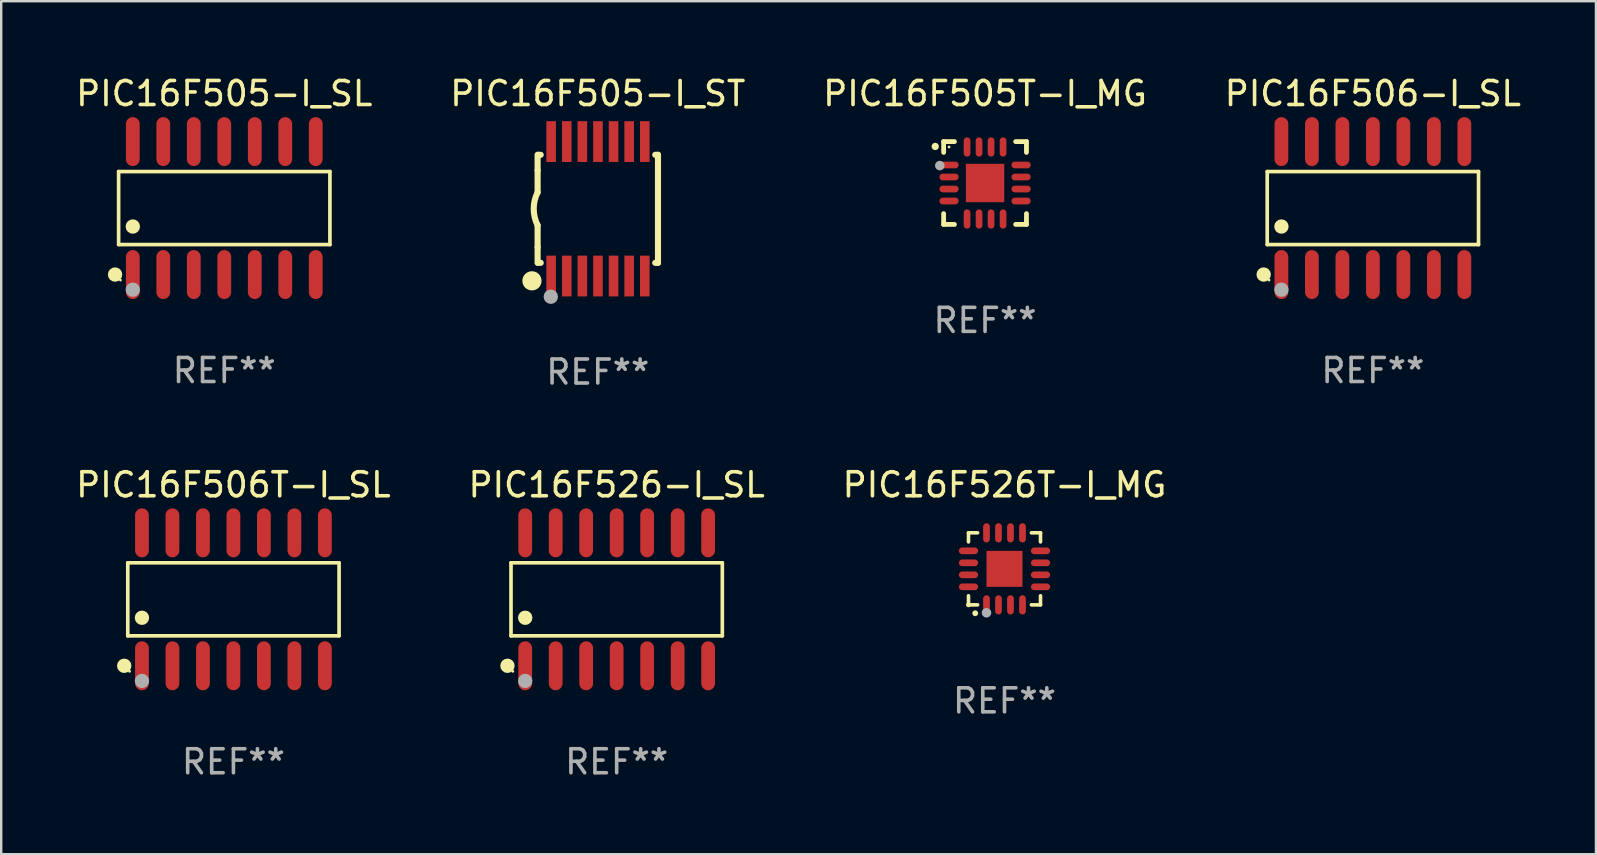
<source format=kicad_pcb>
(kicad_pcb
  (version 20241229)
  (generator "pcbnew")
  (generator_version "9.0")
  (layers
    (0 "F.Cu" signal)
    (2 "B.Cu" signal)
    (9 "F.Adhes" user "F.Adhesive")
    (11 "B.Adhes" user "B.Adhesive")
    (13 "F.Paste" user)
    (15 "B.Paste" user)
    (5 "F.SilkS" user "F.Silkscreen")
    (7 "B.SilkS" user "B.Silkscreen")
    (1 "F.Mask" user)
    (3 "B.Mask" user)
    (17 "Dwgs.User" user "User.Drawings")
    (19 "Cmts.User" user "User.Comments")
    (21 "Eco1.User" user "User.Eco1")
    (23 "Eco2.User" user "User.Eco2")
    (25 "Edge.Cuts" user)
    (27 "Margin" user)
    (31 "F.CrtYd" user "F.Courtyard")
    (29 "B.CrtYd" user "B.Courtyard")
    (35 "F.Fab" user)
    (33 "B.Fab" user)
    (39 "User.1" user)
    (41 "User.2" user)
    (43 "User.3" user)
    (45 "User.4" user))
  (footprint "PIC16F505-I_SL"
    (layer "F.Cu")
    (at 6.292 5.617)
    (property "Reference" "PIC16F505-I_SL" (at 0 -4.769 0) (layer "F.SilkS") (effects (font (size 1 1) (thickness 0.15))))
    (attr through_hole)
    (fp_line (start -4.401 -1.521) (end 4.401 -1.521) (stroke (width 0.152) (type solid)) (layer "F.SilkS"))
    (fp_line (start -4.401 1.521) (end -4.401 -1.521) (stroke (width 0.152) (type solid)) (layer "F.SilkS"))
    (fp_line (start 4.401 -1.521) (end 4.401 1.521) (stroke (width 0.152) (type solid)) (layer "F.SilkS"))
    (fp_line (start 4.401 1.521) (end -4.401 1.521) (stroke (width 0.152) (type solid)) (layer "F.SilkS"))
    (fp_circle (center -4.549 2.769) (end -4.399 2.769) (stroke (width 0.3) (type solid)) (fill no) (layer "F.SilkS"))
    (fp_circle (center -4.325 3) (end -4.295 3) (stroke (width 0.06) (type solid)) (fill no) (layer "F.SilkS"))
    (fp_circle (center -3.81 0.769) (end -3.66 0.769) (stroke (width 0.3) (type solid)) (fill no) (layer "F.SilkS"))
    (fp_circle (center -3.81 3.4) (end -3.66 3.4) (stroke (width 0.3) (type solid)) (fill no) (layer "F.Fab"))
    (fp_text user "REF**" (at 0 6.769 0) (layer "F.Fab") (effects (font (size 1 1) (thickness 0.15))))
    (pad "1" smd oval (at -3.81 2.769) (size 0.574 2.038) (layers "F.Cu" "F.Mask" "F.Paste"))
    (pad "2" smd oval (at -2.54 2.769) (size 0.574 2.038) (layers "F.Cu" "F.Mask" "F.Paste"))
    (pad "3" smd oval (at -1.27 2.769) (size 0.574 2.038) (layers "F.Cu" "F.Mask" "F.Paste"))
    (pad "4" smd oval (at 0 2.769) (size 0.574 2.038) (layers "F.Cu" "F.Mask" "F.Paste"))
    (pad "5" smd oval (at 1.27 2.769) (size 0.574 2.038) (layers "F.Cu" "F.Mask" "F.Paste"))
    (pad "6" smd oval (at 2.54 2.769) (size 0.574 2.038) (layers "F.Cu" "F.Mask" "F.Paste"))
    (pad "7" smd oval (at 3.81 2.769) (size 0.574 2.038) (layers "F.Cu" "F.Mask" "F.Paste"))
    (pad "8" smd oval (at 3.81 -2.769) (size 0.574 2.038) (layers "F.Cu" "F.Mask" "F.Paste"))
    (pad "9" smd oval (at 2.54 -2.769) (size 0.574 2.038) (layers "F.Cu" "F.Mask" "F.Paste"))
    (pad "10" smd oval (at 1.27 -2.769) (size 0.574 2.038) (layers "F.Cu" "F.Mask" "F.Paste"))
    (pad "11" smd oval (at 0 -2.769) (size 0.574 2.038) (layers "F.Cu" "F.Mask" "F.Paste"))
    (pad "12" smd oval (at -1.27 -2.769) (size 0.574 2.038) (layers "F.Cu" "F.Mask" "F.Paste"))
    (pad "13" smd oval (at -2.54 -2.769) (size 0.574 2.038) (layers "F.Cu" "F.Mask" "F.Paste"))
    (pad "14" smd oval (at -3.81 -2.769) (size 0.574 2.038) (layers "F.Cu" "F.Mask" "F.Paste")))
  (footprint "PIC16F506-I_SL"
    (layer "F.Cu")
    (at 54.137 5.617)
    (property "Reference" "PIC16F506-I_SL" (at 0 -4.769 0) (layer "F.SilkS") (effects (font (size 1 1) (thickness 0.15))))
    (attr through_hole)
    (fp_line (start -4.401 -1.521) (end 4.401 -1.521) (stroke (width 0.152) (type solid)) (layer "F.SilkS"))
    (fp_line (start -4.401 1.521) (end -4.401 -1.521) (stroke (width 0.152) (type solid)) (layer "F.SilkS"))
    (fp_line (start 4.401 -1.521) (end 4.401 1.521) (stroke (width 0.152) (type solid)) (layer "F.SilkS"))
    (fp_line (start 4.401 1.521) (end -4.401 1.521) (stroke (width 0.152) (type solid)) (layer "F.SilkS"))
    (fp_circle (center -4.549 2.769) (end -4.399 2.769) (stroke (width 0.3) (type solid)) (fill no) (layer "F.SilkS"))
    (fp_circle (center -4.325 3) (end -4.295 3) (stroke (width 0.06) (type solid)) (fill no) (layer "F.SilkS"))
    (fp_circle (center -3.81 0.769) (end -3.66 0.769) (stroke (width 0.3) (type solid)) (fill no) (layer "F.SilkS"))
    (fp_circle (center -3.81 3.4) (end -3.66 3.4) (stroke (width 0.3) (type solid)) (fill no) (layer "F.Fab"))
    (fp_text user "REF**" (at 0 6.769 0) (layer "F.Fab") (effects (font (size 1 1) (thickness 0.15))))
    (pad "1" smd oval (at -3.81 2.769) (size 0.574 2.038) (layers "F.Cu" "F.Mask" "F.Paste"))
    (pad "2" smd oval (at -2.54 2.769) (size 0.574 2.038) (layers "F.Cu" "F.Mask" "F.Paste"))
    (pad "3" smd oval (at -1.27 2.769) (size 0.574 2.038) (layers "F.Cu" "F.Mask" "F.Paste"))
    (pad "4" smd oval (at 0 2.769) (size 0.574 2.038) (layers "F.Cu" "F.Mask" "F.Paste"))
    (pad "5" smd oval (at 1.27 2.769) (size 0.574 2.038) (layers "F.Cu" "F.Mask" "F.Paste"))
    (pad "6" smd oval (at 2.54 2.769) (size 0.574 2.038) (layers "F.Cu" "F.Mask" "F.Paste"))
    (pad "7" smd oval (at 3.81 2.769) (size 0.574 2.038) (layers "F.Cu" "F.Mask" "F.Paste"))
    (pad "8" smd oval (at 3.81 -2.769) (size 0.574 2.038) (layers "F.Cu" "F.Mask" "F.Paste"))
    (pad "9" smd oval (at 2.54 -2.769) (size 0.574 2.038) (layers "F.Cu" "F.Mask" "F.Paste"))
    (pad "10" smd oval (at 1.27 -2.769) (size 0.574 2.038) (layers "F.Cu" "F.Mask" "F.Paste"))
    (pad "11" smd oval (at 0 -2.769) (size 0.574 2.038) (layers "F.Cu" "F.Mask" "F.Paste"))
    (pad "12" smd oval (at -1.27 -2.769) (size 0.574 2.038) (layers "F.Cu" "F.Mask" "F.Paste"))
    (pad "13" smd oval (at -2.54 -2.769) (size 0.574 2.038) (layers "F.Cu" "F.Mask" "F.Paste"))
    (pad "14" smd oval (at -3.81 -2.769) (size 0.574 2.038) (layers "F.Cu" "F.Mask" "F.Paste")))
  (footprint "PIC16F526T-I_MG"
    (layer "F.Cu")
    (at 38.792 20.645)
    (property "Reference" "PIC16F526T-I_MG" (at 0 -3.5 0) (layer "F.SilkS") (effects (font (size 1 1) (thickness 0.15))))
    (attr through_hole)
    (fp_line (start -1.5 -1.5) (end -1.121 -1.5) (stroke (width 0.15) (type solid)) (layer "F.SilkS"))
    (fp_line (start -1.5 -1.122) (end -1.5 -1.5) (stroke (width 0.15) (type solid)) (layer "F.SilkS"))
    (fp_line (start -1.5 1.5) (end -1.5 1.121) (stroke (width 0.15) (type solid)) (layer "F.SilkS"))
    (fp_line (start -1.121 1.5) (end -1.5 1.5) (stroke (width 0.15) (type solid)) (layer "F.SilkS"))
    (fp_line (start 1.121 -1.5) (end 1.5 -1.5) (stroke (width 0.15) (type solid)) (layer "F.SilkS"))
    (fp_line (start 1.5 -1.5) (end 1.5 -1.122) (stroke (width 0.15) (type solid)) (layer "F.SilkS"))
    (fp_line (start 1.5 1.121) (end 1.5 1.5) (stroke (width 0.15) (type solid)) (layer "F.SilkS"))
    (fp_line (start 1.5 1.5) (end 1.121 1.5) (stroke (width 0.15) (type solid)) (layer "F.SilkS"))
    (fp_arc (start -1.219926 1.850254) (mid -1.21891 1.85025) (end -1.217894 1.850254) (stroke (width 0.240005) (type solid)) (layer "F.SilkS"))
    (fp_circle (center -1.5 1.5) (end -1.45 1.5) (stroke (width 0.1) (type solid)) (fill no) (layer "F.SilkS"))
    (fp_circle (center -0.75 1.83) (end -0.65 1.83) (stroke (width 0.2) (type solid)) (fill no) (layer "F.Fab"))
    (fp_text user "REF**" (at 0 5.5 0) (layer "F.Fab") (effects (font (size 1 1) (thickness 0.15))))
    (pad "1" smd oval (at -0.75 1.5) (size 0.28 0.8) (layers "F.Cu" "F.Mask" "F.Paste"))
    (pad "2" smd oval (at -0.25 1.5) (size 0.28 0.8) (layers "F.Cu" "F.Mask" "F.Paste"))
    (pad "3" smd oval (at 0.25 1.5) (size 0.28 0.8) (layers "F.Cu" "F.Mask" "F.Paste"))
    (pad "4" smd oval (at 0.75 1.5) (size 0.28 0.8) (layers "F.Cu" "F.Mask" "F.Paste"))
    (pad "5" smd oval (at 1.5 0.75) (size 0.8 0.28) (layers "F.Cu" "F.Mask" "F.Paste"))
    (pad "6" smd oval (at 1.5 0.25) (size 0.8 0.28) (layers "F.Cu" "F.Mask" "F.Paste"))
    (pad "7" smd oval (at 1.5 -0.25) (size 0.8 0.28) (layers "F.Cu" "F.Mask" "F.Paste"))
    (pad "8" smd oval (at 1.5 -0.75) (size 0.8 0.28) (layers "F.Cu" "F.Mask" "F.Paste"))
    (pad "9" smd oval (at 0.75 -1.5) (size 0.28 0.8) (layers "F.Cu" "F.Mask" "F.Paste"))
    (pad "10" smd oval (at 0.25 -1.5) (size 0.28 0.8) (layers "F.Cu" "F.Mask" "F.Paste"))
    (pad "11" smd oval (at -0.25 -1.5) (size 0.28 0.8) (layers "F.Cu" "F.Mask" "F.Paste"))
    (pad "12" smd oval (at -0.75 -1.5) (size 0.28 0.8) (layers "F.Cu" "F.Mask" "F.Paste"))
    (pad "13" smd oval (at -1.5 -0.75) (size 0.8 0.28) (layers "F.Cu" "F.Mask" "F.Paste"))
    (pad "14" smd oval (at -1.5 -0.25) (size 0.8 0.28) (layers "F.Cu" "F.Mask" "F.Paste"))
    (pad "15" smd oval (at -1.5 0.25) (size 0.8 0.28) (layers "F.Cu" "F.Mask" "F.Paste"))
    (pad "16" smd oval (at -1.5 0.75) (size 0.8 0.28) (layers "F.Cu" "F.Mask" "F.Paste"))
    (pad "17" smd rect (at -0.000064 0.000165) (size 1.5 1.5) (layers "F.Cu" "F.Mask" "F.Paste")))
  (footprint "PIC16F505T-I_MG"
    (layer "F.Cu")
    (at 37.982 4.573)
    (property "Reference" "PIC16F505T-I_MG" (at 0 -3.725 0) (layer "F.SilkS") (effects (font (size 1 1) (thickness 0.15))))
    (attr through_hole)
    (fp_line (start -1.725 -1.725) (end -1.275 -1.725) (stroke (width 0.2) (type solid)) (layer "F.SilkS"))
    (fp_line (start -1.725 -1.275) (end -1.725 -1.725) (stroke (width 0.2) (type solid)) (layer "F.SilkS"))
    (fp_line (start -1.725 1.725) (end -1.725 1.275) (stroke (width 0.2) (type solid)) (layer "F.SilkS"))
    (fp_line (start -1.275 1.725) (end -1.725 1.725) (stroke (width 0.2) (type solid)) (layer "F.SilkS"))
    (fp_line (start 1.275 -1.725) (end 1.725 -1.725) (stroke (width 0.2) (type solid)) (layer "F.SilkS"))
    (fp_line (start 1.275 1.725) (end 1.725 1.725) (stroke (width 0.2) (type solid)) (layer "F.SilkS"))
    (fp_line (start 1.725 -1.725) (end 1.725 -1.275) (stroke (width 0.2) (type solid)) (layer "F.SilkS"))
    (fp_line (start 1.725 1.725) (end 1.725 1.275) (stroke (width 0.2) (type solid)) (layer "F.SilkS"))
    (fp_arc (start -2.075184 -1.521463) (mid -2.075189 -1.522733) (end -2.075184 -1.524003) (stroke (width 0.3) (type solid)) (layer "F.SilkS"))
    (fp_circle (center -1.499 -1.5) (end -1.469 -1.5) (stroke (width 0.06) (type solid)) (fill no) (layer "F.SilkS"))
    (fp_circle (center -1.885 -0.725) (end -1.785 -0.725) (stroke (width 0.2) (type solid)) (fill no) (layer "F.Fab"))
    (fp_text user "REF**" (at 0 5.725 0) (layer "F.Fab") (effects (font (size 1 1) (thickness 0.15))))
    (pad "1" smd oval (at -1.5 -0.75 90) (size 0.28 0.8) (layers "F.Cu" "F.Mask" "F.Paste"))
    (pad "2" smd oval (at -1.5 -0.25 90) (size 0.28 0.8) (layers "F.Cu" "F.Mask" "F.Paste"))
    (pad "3" smd oval (at -1.5 0.25 90) (size 0.28 0.8) (layers "F.Cu" "F.Mask" "F.Paste"))
    (pad "4" smd oval (at -1.5 0.75 90) (size 0.28 0.8) (layers "F.Cu" "F.Mask" "F.Paste"))
    (pad "5" smd oval (at -0.75 1.5) (size 0.28 0.8) (layers "F.Cu" "F.Mask" "F.Paste"))
    (pad "6" smd oval (at -0.25 1.5) (size 0.28 0.8) (layers "F.Cu" "F.Mask" "F.Paste"))
    (pad "7" smd oval (at 0.25 1.5) (size 0.28 0.8) (layers "F.Cu" "F.Mask" "F.Paste"))
    (pad "8" smd oval (at 0.75 1.5) (size 0.28 0.8) (layers "F.Cu" "F.Mask" "F.Paste"))
    (pad "9" smd oval (at 1.5 0.75 90) (size 0.28 0.8) (layers "F.Cu" "F.Mask" "F.Paste"))
    (pad "10" smd oval (at 1.5 0.25 90) (size 0.28 0.8) (layers "F.Cu" "F.Mask" "F.Paste"))
    (pad "11" smd oval (at 1.5 -0.25 90) (size 0.28 0.8) (layers "F.Cu" "F.Mask" "F.Paste"))
    (pad "12" smd oval (at 1.5 -0.75 90) (size 0.28 0.8) (layers "F.Cu" "F.Mask" "F.Paste"))
    (pad "13" smd oval (at 0.75 -1.5) (size 0.28 0.8) (layers "F.Cu" "F.Mask" "F.Paste"))
    (pad "14" smd oval (at 0.25 -1.5) (size 0.28 0.8) (layers "F.Cu" "F.Mask" "F.Paste"))
    (pad "15" smd oval (at -0.25 -1.5) (size 0.28 0.8) (layers "F.Cu" "F.Mask" "F.Paste"))
    (pad "16" smd oval (at -0.75 -1.5) (size 0.28 0.8) (layers "F.Cu" "F.Mask" "F.Paste"))
    (pad "17" smd rect (at 0 -0.000051) (size 1.6 1.6) (layers "F.Cu" "F.Mask" "F.Paste")))
  (footprint "PIC16F505-I_ST"
    (layer "F.Cu")
    (at 21.851 5.648)
    (property "Reference" "PIC16F505-I_ST" (at 0 -4.8 0) (layer "F.SilkS") (effects (font (size 1 1) (thickness 0.15))))
    (attr through_hole)
    (fp_line (start -2.507 -1.6) (end -2.507 -2.25) (stroke (width 0.254) (type solid)) (layer "F.SilkS"))
    (fp_line (start -2.507 -0.686) (end -2.507 -1.6) (stroke (width 0.254) (type solid)) (layer "F.SilkS"))
    (fp_line (start -2.507 1.6) (end -2.507 0.686) (stroke (width 0.254) (type solid)) (layer "F.SilkS"))
    (fp_line (start -2.507 1.6) (end -2.507 2.25) (stroke (width 0.254) (type solid)) (layer "F.SilkS"))
    (fp_line (start -2.493 -2.25) (end -2.377 -2.25) (stroke (width 0.254) (type solid)) (layer "F.SilkS"))
    (fp_line (start -2.377 2.25) (end -2.493 2.25) (stroke (width 0.254) (type solid)) (layer "F.SilkS"))
    (fp_line (start 2.392 -2.25) (end 2.507 -2.25) (stroke (width 0.254) (type solid)) (layer "F.SilkS"))
    (fp_line (start 2.507 -2.25) (end 2.507 2.25) (stroke (width 0.254) (type solid)) (layer "F.SilkS"))
    (fp_line (start 2.507 2.25) (end 2.392 2.25) (stroke (width 0.254) (type solid)) (layer "F.SilkS"))
    (fp_arc (start -2.507303 0.685802) (mid -2.669199 0) (end -2.507303 -0.685801) (stroke (width 0.254001) (type solid)) (layer "F.SilkS"))
    (fp_circle (center -2.743 3) (end -2.543 3) (stroke (width 0.4) (type solid)) (fill no) (layer "F.SilkS"))
    (fp_circle (center -2.493 3.2) (end -2.463 3.2) (stroke (width 0.06) (type solid)) (fill no) (layer "F.SilkS"))
    (fp_circle (center -1.957 3.662) (end -1.807 3.662) (stroke (width 0.3) (type solid)) (fill no) (layer "F.Fab"))
    (fp_text user "REF**" (at 0 6.8 0) (layer "F.Fab") (effects (font (size 1 1) (thickness 0.15))))
    (pad "1" smd rect (at -1.943 2.8) (size 0.4 1.7) (layers "F.Cu" "F.Mask" "F.Paste"))
    (pad "2" smd rect (at -1.293 2.8) (size 0.4 1.7) (layers "F.Cu" "F.Mask" "F.Paste"))
    (pad "3" smd rect (at -0.643 2.8) (size 0.4 1.7) (layers "F.Cu" "F.Mask" "F.Paste"))
    (pad "4" smd rect (at 0.007 2.8) (size 0.4 1.7) (layers "F.Cu" "F.Mask" "F.Paste"))
    (pad "5" smd rect (at 0.657 2.8) (size 0.4 1.7) (layers "F.Cu" "F.Mask" "F.Paste"))
    (pad "6" smd rect (at 1.307 2.8) (size 0.4 1.7) (layers "F.Cu" "F.Mask" "F.Paste"))
    (pad "7" smd rect (at 1.957 2.8) (size 0.4 1.7) (layers "F.Cu" "F.Mask" "F.Paste"))
    (pad "8" smd rect (at 1.957 -2.8) (size 0.4 1.7) (layers "F.Cu" "F.Mask" "F.Paste"))
    (pad "9" smd rect (at 1.307 -2.8) (size 0.4 1.7) (layers "F.Cu" "F.Mask" "F.Paste"))
    (pad "10" smd rect (at 0.657 -2.8) (size 0.4 1.7) (layers "F.Cu" "F.Mask" "F.Paste"))
    (pad "11" smd rect (at 0.007 -2.8) (size 0.4 1.7) (layers "F.Cu" "F.Mask" "F.Paste"))
    (pad "12" smd rect (at -0.643 -2.8) (size 0.4 1.7) (layers "F.Cu" "F.Mask" "F.Paste"))
    (pad "13" smd rect (at -1.293 -2.8) (size 0.4 1.7) (layers "F.Cu" "F.Mask" "F.Paste"))
    (pad "14" smd rect (at -1.943 -2.8) (size 0.4 1.7) (layers "F.Cu" "F.Mask" "F.Paste")))
  (footprint "PIC16F506T-I_SL"
    (layer "F.Cu")
    (at 6.673 21.914)
    (property "Reference" "PIC16F506T-I_SL" (at 0 -4.769 0) (layer "F.SilkS") (effects (font (size 1 1) (thickness 0.15))))
    (attr through_hole)
    (fp_line (start -4.401 -1.521) (end 4.401 -1.521) (stroke (width 0.152) (type solid)) (layer "F.SilkS"))
    (fp_line (start -4.401 1.521) (end -4.401 -1.521) (stroke (width 0.152) (type solid)) (layer "F.SilkS"))
    (fp_line (start 4.401 -1.521) (end 4.401 1.521) (stroke (width 0.152) (type solid)) (layer "F.SilkS"))
    (fp_line (start 4.401 1.521) (end -4.401 1.521) (stroke (width 0.152) (type solid)) (layer "F.SilkS"))
    (fp_circle (center -4.549 2.769) (end -4.399 2.769) (stroke (width 0.3) (type solid)) (fill no) (layer "F.SilkS"))
    (fp_circle (center -4.325 3) (end -4.295 3) (stroke (width 0.06) (type solid)) (fill no) (layer "F.SilkS"))
    (fp_circle (center -3.81 0.769) (end -3.66 0.769) (stroke (width 0.3) (type solid)) (fill no) (layer "F.SilkS"))
    (fp_circle (center -3.81 3.4) (end -3.66 3.4) (stroke (width 0.3) (type solid)) (fill no) (layer "F.Fab"))
    (fp_text user "REF**" (at 0 6.769 0) (layer "F.Fab") (effects (font (size 1 1) (thickness 0.15))))
    (pad "1" smd oval (at -3.81 2.769) (size 0.574 2.038) (layers "F.Cu" "F.Mask" "F.Paste"))
    (pad "2" smd oval (at -2.54 2.769) (size 0.574 2.038) (layers "F.Cu" "F.Mask" "F.Paste"))
    (pad "3" smd oval (at -1.27 2.769) (size 0.574 2.038) (layers "F.Cu" "F.Mask" "F.Paste"))
    (pad "4" smd oval (at 0 2.769) (size 0.574 2.038) (layers "F.Cu" "F.Mask" "F.Paste"))
    (pad "5" smd oval (at 1.27 2.769) (size 0.574 2.038) (layers "F.Cu" "F.Mask" "F.Paste"))
    (pad "6" smd oval (at 2.54 2.769) (size 0.574 2.038) (layers "F.Cu" "F.Mask" "F.Paste"))
    (pad "7" smd oval (at 3.81 2.769) (size 0.574 2.038) (layers "F.Cu" "F.Mask" "F.Paste"))
    (pad "8" smd oval (at 3.81 -2.769) (size 0.574 2.038) (layers "F.Cu" "F.Mask" "F.Paste"))
    (pad "9" smd oval (at 2.54 -2.769) (size 0.574 2.038) (layers "F.Cu" "F.Mask" "F.Paste"))
    (pad "10" smd oval (at 1.27 -2.769) (size 0.574 2.038) (layers "F.Cu" "F.Mask" "F.Paste"))
    (pad "11" smd oval (at 0 -2.769) (size 0.574 2.038) (layers "F.Cu" "F.Mask" "F.Paste"))
    (pad "12" smd oval (at -1.27 -2.769) (size 0.574 2.038) (layers "F.Cu" "F.Mask" "F.Paste"))
    (pad "13" smd oval (at -2.54 -2.769) (size 0.574 2.038) (layers "F.Cu" "F.Mask" "F.Paste"))
    (pad "14" smd oval (at -3.81 -2.769) (size 0.574 2.038) (layers "F.Cu" "F.Mask" "F.Paste")))
  (footprint "PIC16F526-I_SL"
    (layer "F.Cu")
    (at 22.637 21.914)
    (property "Reference" "PIC16F526-I_SL" (at 0 -4.769 0) (layer "F.SilkS") (effects (font (size 1 1) (thickness 0.15))))
    (attr through_hole)
    (fp_line (start -4.401 -1.521) (end 4.401 -1.521) (stroke (width 0.152) (type solid)) (layer "F.SilkS"))
    (fp_line (start -4.401 1.521) (end -4.401 -1.521) (stroke (width 0.152) (type solid)) (layer "F.SilkS"))
    (fp_line (start 4.401 -1.521) (end 4.401 1.521) (stroke (width 0.152) (type solid)) (layer "F.SilkS"))
    (fp_line (start 4.401 1.521) (end -4.401 1.521) (stroke (width 0.152) (type solid)) (layer "F.SilkS"))
    (fp_circle (center -4.549 2.769) (end -4.399 2.769) (stroke (width 0.3) (type solid)) (fill no) (layer "F.SilkS"))
    (fp_circle (center -4.325 3) (end -4.295 3) (stroke (width 0.06) (type solid)) (fill no) (layer "F.SilkS"))
    (fp_circle (center -3.81 0.769) (end -3.66 0.769) (stroke (width 0.3) (type solid)) (fill no) (layer "F.SilkS"))
    (fp_circle (center -3.81 3.4) (end -3.66 3.4) (stroke (width 0.3) (type solid)) (fill no) (layer "F.Fab"))
    (fp_text user "REF**" (at 0 6.769 0) (layer "F.Fab") (effects (font (size 1 1) (thickness 0.15))))
    (pad "1" smd oval (at -3.81 2.769) (size 0.574 2.038) (layers "F.Cu" "F.Mask" "F.Paste"))
    (pad "2" smd oval (at -2.54 2.769) (size 0.574 2.038) (layers "F.Cu" "F.Mask" "F.Paste"))
    (pad "3" smd oval (at -1.27 2.769) (size 0.574 2.038) (layers "F.Cu" "F.Mask" "F.Paste"))
    (pad "4" smd oval (at 0 2.769) (size 0.574 2.038) (layers "F.Cu" "F.Mask" "F.Paste"))
    (pad "5" smd oval (at 1.27 2.769) (size 0.574 2.038) (layers "F.Cu" "F.Mask" "F.Paste"))
    (pad "6" smd oval (at 2.54 2.769) (size 0.574 2.038) (layers "F.Cu" "F.Mask" "F.Paste"))
    (pad "7" smd oval (at 3.81 2.769) (size 0.574 2.038) (layers "F.Cu" "F.Mask" "F.Paste"))
    (pad "8" smd oval (at 3.81 -2.769) (size 0.574 2.038) (layers "F.Cu" "F.Mask" "F.Paste"))
    (pad "9" smd oval (at 2.54 -2.769) (size 0.574 2.038) (layers "F.Cu" "F.Mask" "F.Paste"))
    (pad "10" smd oval (at 1.27 -2.769) (size 0.574 2.038) (layers "F.Cu" "F.Mask" "F.Paste"))
    (pad "11" smd oval (at 0 -2.769) (size 0.574 2.038) (layers "F.Cu" "F.Mask" "F.Paste"))
    (pad "12" smd oval (at -1.27 -2.769) (size 0.574 2.038) (layers "F.Cu" "F.Mask" "F.Paste"))
    (pad "13" smd oval (at -2.54 -2.769) (size 0.574 2.038) (layers "F.Cu" "F.Mask" "F.Paste"))
    (pad "14" smd oval (at -3.81 -2.769) (size 0.574 2.038) (layers "F.Cu" "F.Mask" "F.Paste")))
  (gr_rect
    (start -3 -3)
    (end 63.429 32.531)
    (stroke (width 0.1) (type default))
    (fill no)
    (layer "Edge.Cuts")))
</source>
